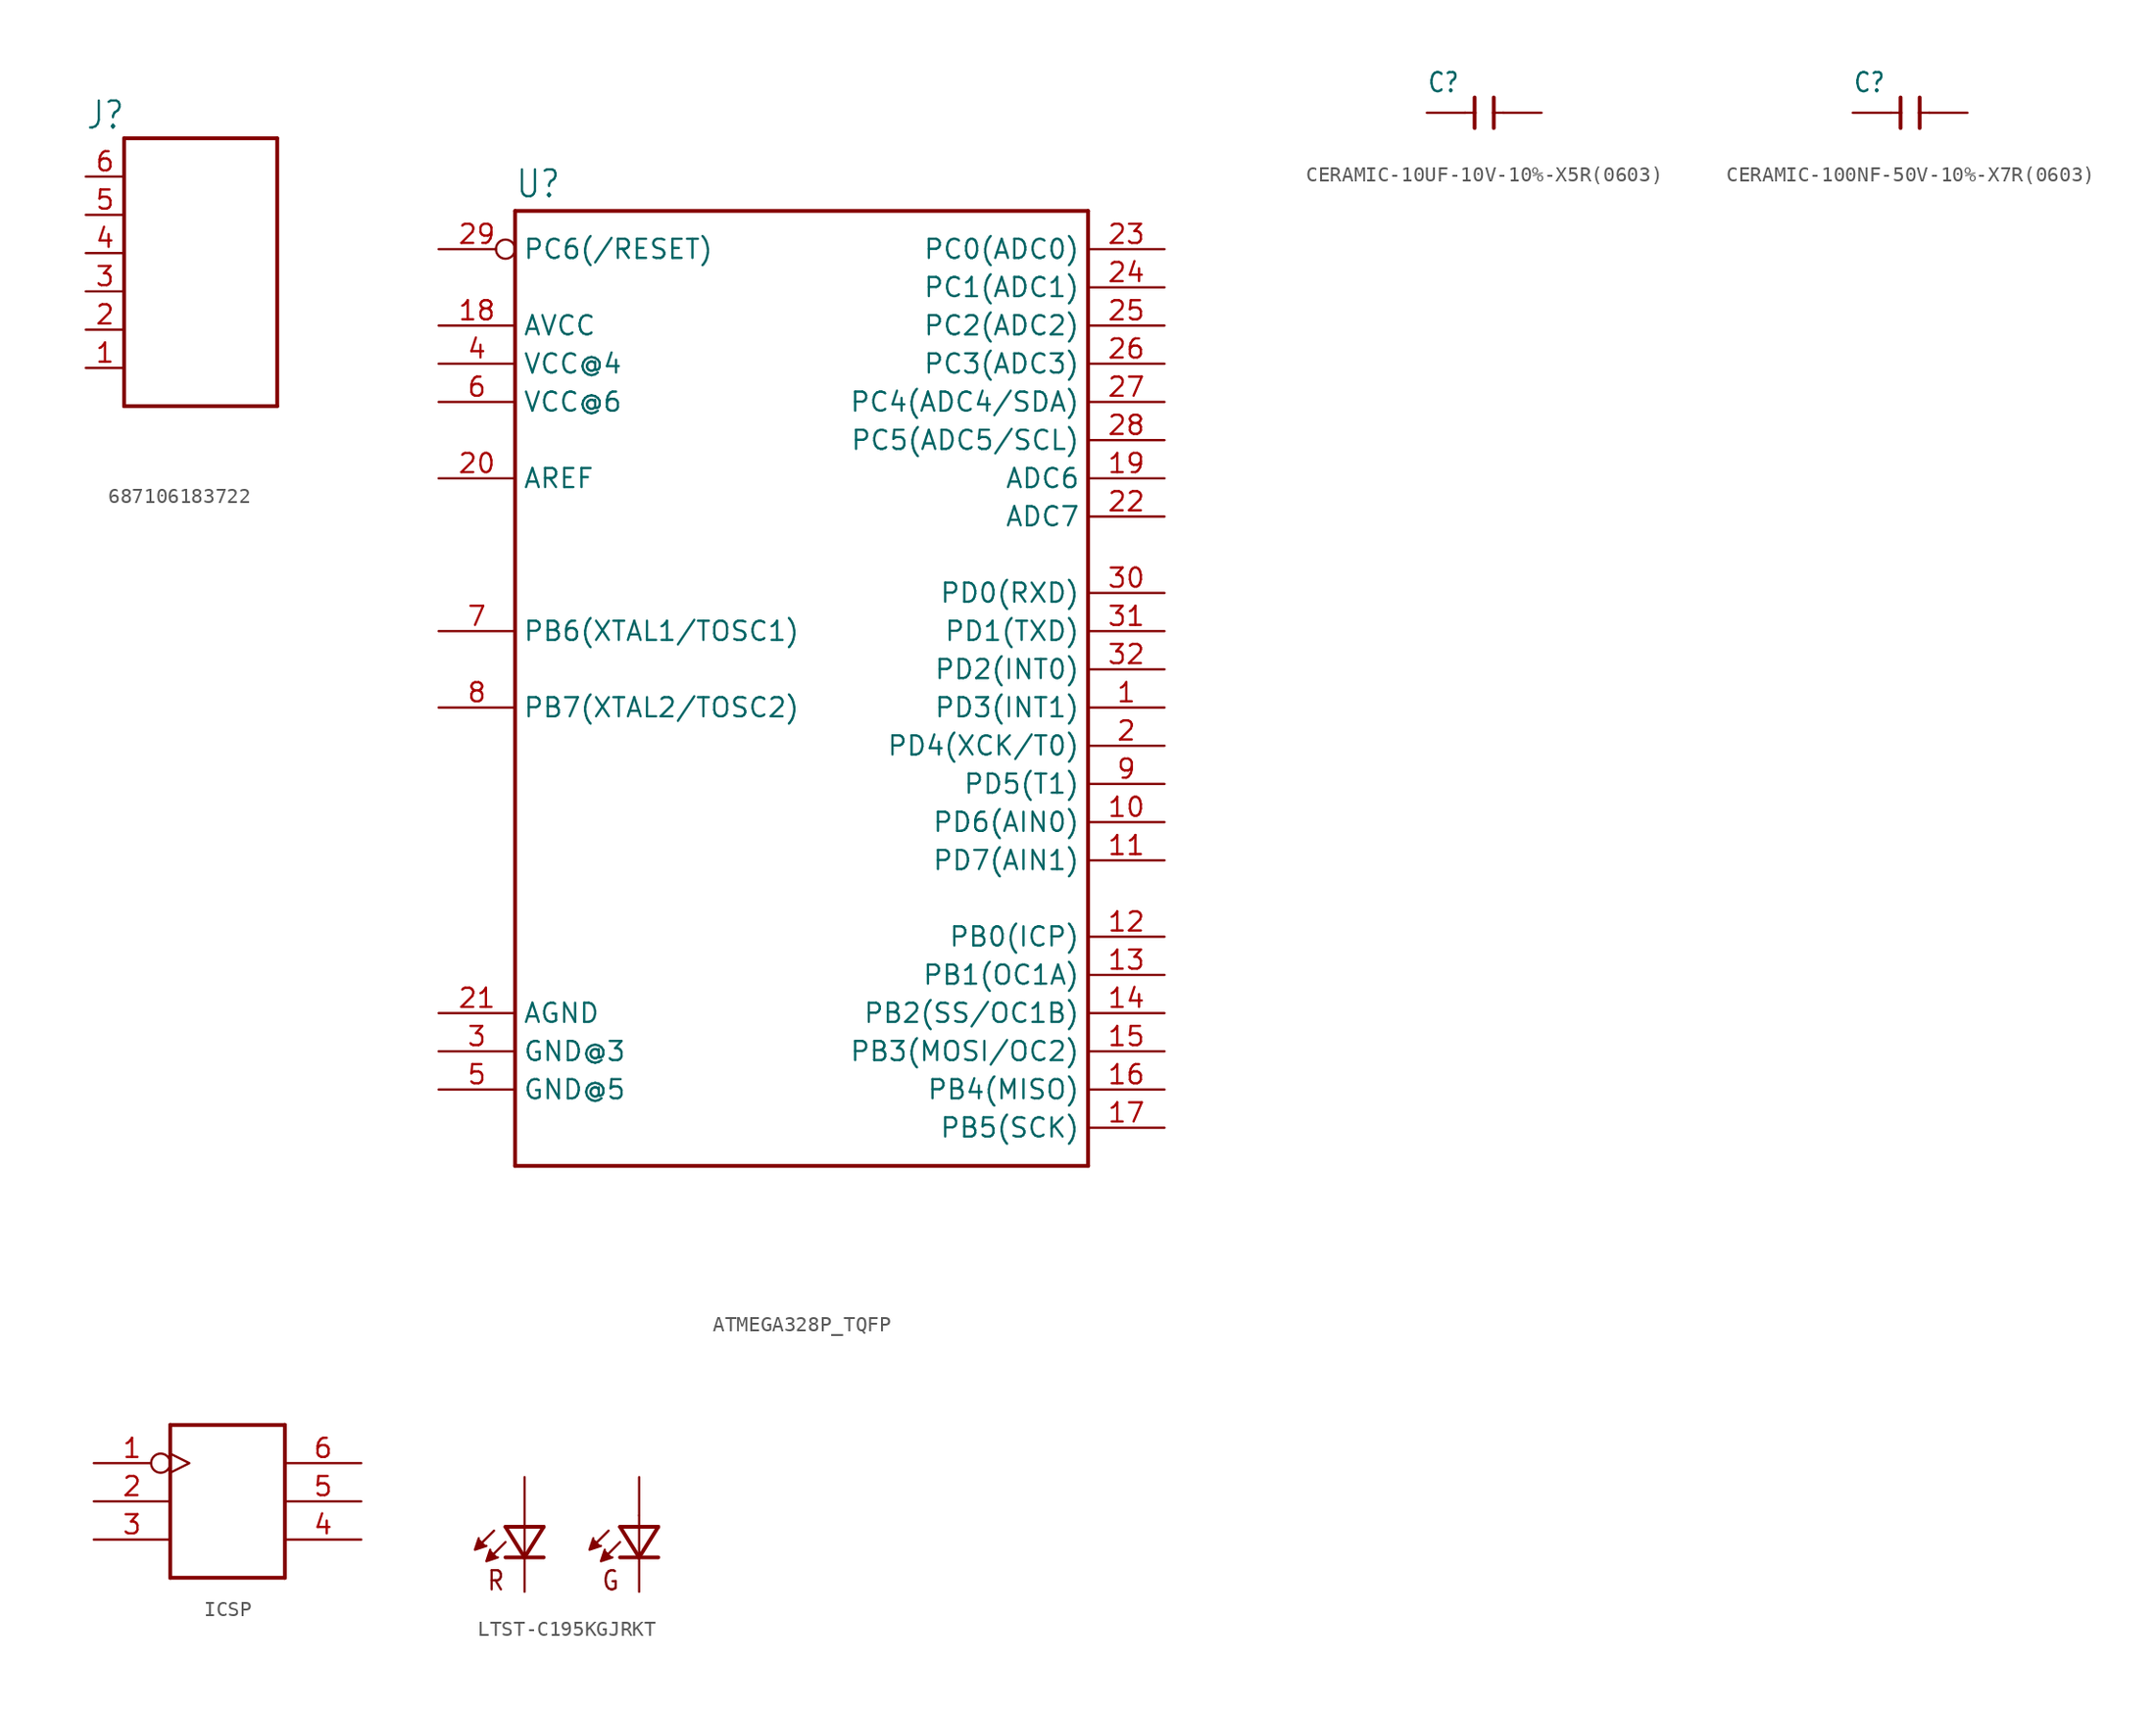
<source format=kicad_sym>
(kicad_symbol_lib
  (version 20220914)
  (generator kicad_symbol_editor)
  (symbol "687106183722"
    (property "Reference" "J"
      (at -7.654 8.116 0)
      (effects (font (size 1.786 1.518)) (justify left bottom)))
    (property "Value" ""
      (at -7.636 -12.727 0)
      (effects (font (size 1.782 1.514)) (justify left bottom)))
    (property "ki_locked" ""
      (at 0 0 0)
      (effects (font (size 1.27 1.27))))
    (symbol "687106183722_1_0"
      (polyline (pts (xy -5.08 -10.16) (xy 5.08 -10.16)) (stroke (width 0.254) (type solid)) (fill (type none)))
      (polyline (pts (xy -5.08 7.62) (xy -5.08 -10.16)) (stroke (width 0.254) (type solid)) (fill (type none)))
      (polyline (pts (xy 5.08 -10.16) (xy 5.08 7.62)) (stroke (width 0.254) (type solid)) (fill (type none)))
      (polyline (pts (xy 5.08 7.62) (xy -5.08 7.62)) (stroke (width 0.254) (type solid)) (fill (type none)))
      (pin passive line (at -7.62 -7.62 0) (length 2.54) (name "6" (effects (font (size 0 0)))) (number "1" (effects (font (size 1.27 1.27)))))
      (pin passive line (at -7.62 -5.08 0) (length 2.54) (name "5" (effects (font (size 0 0)))) (number "2" (effects (font (size 1.27 1.27)))))
      (pin passive line (at -7.62 -2.54 0) (length 2.54) (name "4" (effects (font (size 0 0)))) (number "3" (effects (font (size 1.27 1.27)))))
      (pin passive line (at -7.62 0 0) (length 2.54) (name "3" (effects (font (size 0 0)))) (number "4" (effects (font (size 1.27 1.27)))))
      (pin passive line (at -7.62 2.54 0) (length 2.54) (name "2" (effects (font (size 0 0)))) (number "5" (effects (font (size 1.27 1.27)))))
      (pin passive line (at -7.62 5.08 0) (length 2.54) (name "1" (effects (font (size 0 0)))) (number "6" (effects (font (size 1.27 1.27)))))))
  (symbol "ATMEGA328P_TQFP"
    (property "Reference" "U"
      (at -20.32 33.782 0)
      (effects (font (size 1.778 1.511)) (justify left bottom)))
    (property "Value" ""
      (at -20.32 -33.02 0)
      (effects (font (size 1.778 1.511)) (justify left bottom)))
    (property "ki_locked" ""
      (at 0 0 0)
      (effects (font (size 1.27 1.27))))
    (symbol "ATMEGA328P_TQFP_1_0"
      (polyline (pts (xy -20.32 -30.48) (xy -20.32 33.02)) (stroke (width 0.254) (type solid)) (fill (type none)))
      (polyline (pts (xy -20.32 33.02) (xy 17.78 33.02)) (stroke (width 0.254) (type solid)) (fill (type none)))
      (polyline (pts (xy 17.78 -30.48) (xy -20.32 -30.48)) (stroke (width 0.254) (type solid)) (fill (type none)))
      (polyline (pts (xy 17.78 33.02) (xy 17.78 -30.48)) (stroke (width 0.254) (type solid)) (fill (type none)))
      (pin bidirectional line (at 22.86 0 180) (length 5.08) (name "PD3(INT1)" (effects (font (size 1.27 1.27)))) (number "1" (effects (font (size 1.27 1.27)))))
      (pin bidirectional line (at 22.86 -7.62 180) (length 5.08) (name "PD6(AIN0)" (effects (font (size 1.27 1.27)))) (number "10" (effects (font (size 1.27 1.27)))))
      (pin bidirectional line (at 22.86 -10.16 180) (length 5.08) (name "PD7(AIN1)" (effects (font (size 1.27 1.27)))) (number "11" (effects (font (size 1.27 1.27)))))
      (pin bidirectional line (at 22.86 -15.24 180) (length 5.08) (name "PB0(ICP)" (effects (font (size 1.27 1.27)))) (number "12" (effects (font (size 1.27 1.27)))))
      (pin bidirectional line (at 22.86 -17.78 180) (length 5.08) (name "PB1(OC1A)" (effects (font (size 1.27 1.27)))) (number "13" (effects (font (size 1.27 1.27)))))
      (pin bidirectional line (at 22.86 -20.32 180) (length 5.08) (name "PB2(SS/OC1B)" (effects (font (size 1.27 1.27)))) (number "14" (effects (font (size 1.27 1.27)))))
      (pin bidirectional line (at 22.86 -22.86 180) (length 5.08) (name "PB3(MOSI/OC2)" (effects (font (size 1.27 1.27)))) (number "15" (effects (font (size 1.27 1.27)))))
      (pin bidirectional line (at 22.86 -25.4 180) (length 5.08) (name "PB4(MISO)" (effects (font (size 1.27 1.27)))) (number "16" (effects (font (size 1.27 1.27)))))
      (pin bidirectional line (at 22.86 -27.94 180) (length 5.08) (name "PB5(SCK)" (effects (font (size 1.27 1.27)))) (number "17" (effects (font (size 1.27 1.27)))))
      (pin bidirectional line (at -25.4 25.4 0) (length 5.08) (name "AVCC" (effects (font (size 1.27 1.27)))) (number "18" (effects (font (size 1.27 1.27)))))
      (pin bidirectional line (at 22.86 15.24 180) (length 5.08) (name "ADC6" (effects (font (size 1.27 1.27)))) (number "19" (effects (font (size 1.27 1.27)))))
      (pin bidirectional line (at 22.86 -2.54 180) (length 5.08) (name "PD4(XCK/T0)" (effects (font (size 1.27 1.27)))) (number "2" (effects (font (size 1.27 1.27)))))
      (pin bidirectional line (at -25.4 15.24 0) (length 5.08) (name "AREF" (effects (font (size 1.27 1.27)))) (number "20" (effects (font (size 1.27 1.27)))))
      (pin bidirectional line (at -25.4 -20.32 0) (length 5.08) (name "AGND" (effects (font (size 1.27 1.27)))) (number "21" (effects (font (size 1.27 1.27)))))
      (pin bidirectional line (at 22.86 12.7 180) (length 5.08) (name "ADC7" (effects (font (size 1.27 1.27)))) (number "22" (effects (font (size 1.27 1.27)))))
      (pin bidirectional line (at 22.86 30.48 180) (length 5.08) (name "PC0(ADC0)" (effects (font (size 1.27 1.27)))) (number "23" (effects (font (size 1.27 1.27)))))
      (pin bidirectional line (at 22.86 27.94 180) (length 5.08) (name "PC1(ADC1)" (effects (font (size 1.27 1.27)))) (number "24" (effects (font (size 1.27 1.27)))))
      (pin bidirectional line (at 22.86 25.4 180) (length 5.08) (name "PC2(ADC2)" (effects (font (size 1.27 1.27)))) (number "25" (effects (font (size 1.27 1.27)))))
      (pin bidirectional line (at 22.86 22.86 180) (length 5.08) (name "PC3(ADC3)" (effects (font (size 1.27 1.27)))) (number "26" (effects (font (size 1.27 1.27)))))
      (pin bidirectional line (at 22.86 20.32 180) (length 5.08) (name "PC4(ADC4/SDA)" (effects (font (size 1.27 1.27)))) (number "27" (effects (font (size 1.27 1.27)))))
      (pin bidirectional line (at 22.86 17.78 180) (length 5.08) (name "PC5(ADC5/SCL)" (effects (font (size 1.27 1.27)))) (number "28" (effects (font (size 1.27 1.27)))))
      (pin bidirectional inverted (at -25.4 30.48 0) (length 5.08) (name "PC6(/RESET)" (effects (font (size 1.27 1.27)))) (number "29" (effects (font (size 1.27 1.27)))))
      (pin bidirectional line (at -25.4 -22.86 0) (length 5.08) (name "GND@3" (effects (font (size 1.27 1.27)))) (number "3" (effects (font (size 1.27 1.27)))))
      (pin bidirectional line (at 22.86 7.62 180) (length 5.08) (name "PD0(RXD)" (effects (font (size 1.27 1.27)))) (number "30" (effects (font (size 1.27 1.27)))))
      (pin bidirectional line (at 22.86 5.08 180) (length 5.08) (name "PD1(TXD)" (effects (font (size 1.27 1.27)))) (number "31" (effects (font (size 1.27 1.27)))))
      (pin bidirectional line (at 22.86 2.54 180) (length 5.08) (name "PD2(INT0)" (effects (font (size 1.27 1.27)))) (number "32" (effects (font (size 1.27 1.27)))))
      (pin bidirectional line (at -25.4 22.86 0) (length 5.08) (name "VCC@4" (effects (font (size 1.27 1.27)))) (number "4" (effects (font (size 1.27 1.27)))))
      (pin bidirectional line (at -25.4 -25.4 0) (length 5.08) (name "GND@5" (effects (font (size 1.27 1.27)))) (number "5" (effects (font (size 1.27 1.27)))))
      (pin bidirectional line (at -25.4 20.32 0) (length 5.08) (name "VCC@6" (effects (font (size 1.27 1.27)))) (number "6" (effects (font (size 1.27 1.27)))))
      (pin bidirectional line (at -25.4 5.08 0) (length 5.08) (name "PB6(XTAL1/TOSC1)" (effects (font (size 1.27 1.27)))) (number "7" (effects (font (size 1.27 1.27)))))
      (pin bidirectional line (at -25.4 0 0) (length 5.08) (name "PB7(XTAL2/TOSC2)" (effects (font (size 1.27 1.27)))) (number "8" (effects (font (size 1.27 1.27)))))
      (pin bidirectional line (at 22.86 -5.08 180) (length 5.08) (name "PD5(T1)" (effects (font (size 1.27 1.27)))) (number "9" (effects (font (size 1.27 1.27)))))))
  (symbol "CERAMIC-10UF-10V-10%-X5R(0603)"
    (property "Reference" "C"
      (at -3.81 1.27 0)
      (effects (font (size 1.27 1.079)) (justify left bottom)))
    (property "Value" ""
      (at -3.81 -2.54 0)
      (effects (font (size 1.27 1.079)) (justify left bottom)))
    (property "ki_locked" ""
      (at 0 0 0)
      (effects (font (size 1.27 1.27))))
    (symbol "CERAMIC-10UF-10V-10%-X5R(0603)_1_0"
      (polyline (pts (xy -1.27 0) (xy -0.635 0)) (stroke (width 0.152) (type solid)) (fill (type none)))
      (polyline (pts (xy -0.635 -1.016) (xy -0.635 0)) (stroke (width 0.254) (type solid)) (fill (type none)))
      (polyline (pts (xy -0.635 0) (xy -0.635 1.016)) (stroke (width 0.254) (type solid)) (fill (type none)))
      (polyline (pts (xy 0.635 0) (xy 0.635 -1.016)) (stroke (width 0.254) (type solid)) (fill (type none)))
      (polyline (pts (xy 0.635 0) (xy 1.27 0)) (stroke (width 0.152) (type solid)) (fill (type none)))
      (polyline (pts (xy 0.635 1.016) (xy 0.635 0)) (stroke (width 0.254) (type solid)) (fill (type none)))
      (pin passive line (at -3.81 0 0) (length 2.54) (name "1" (effects (font (size 0 0)))) (number "1" (effects (font (size 0 0)))))
      (pin passive line (at 3.81 0 180) (length 2.54) (name "2" (effects (font (size 0 0)))) (number "2" (effects (font (size 0 0)))))))
  (symbol "CERAMIC-100NF-50V-10%-X7R(0603)"
    (property "Reference" "C"
      (at -3.81 1.27 0)
      (effects (font (size 1.27 1.079)) (justify left bottom)))
    (property "Value" ""
      (at -3.81 -2.54 0)
      (effects (font (size 1.27 1.079)) (justify left bottom)))
    (property "ki_locked" ""
      (at 0 0 0)
      (effects (font (size 1.27 1.27))))
    (symbol "CERAMIC-100NF-50V-10%-X7R(0603)_1_0"
      (polyline (pts (xy -1.27 0) (xy -0.635 0)) (stroke (width 0.152) (type solid)) (fill (type none)))
      (polyline (pts (xy -0.635 -1.016) (xy -0.635 0)) (stroke (width 0.254) (type solid)) (fill (type none)))
      (polyline (pts (xy -0.635 0) (xy -0.635 1.016)) (stroke (width 0.254) (type solid)) (fill (type none)))
      (polyline (pts (xy 0.635 0) (xy 0.635 -1.016)) (stroke (width 0.254) (type solid)) (fill (type none)))
      (polyline (pts (xy 0.635 0) (xy 1.27 0)) (stroke (width 0.152) (type solid)) (fill (type none)))
      (polyline (pts (xy 0.635 1.016) (xy 0.635 0)) (stroke (width 0.254) (type solid)) (fill (type none)))
      (pin passive line (at -3.81 0 0) (length 2.54) (name "1" (effects (font (size 0 0)))) (number "1" (effects (font (size 0 0)))))
      (pin passive line (at 3.81 0 180) (length 2.54) (name "2" (effects (font (size 0 0)))) (number "2" (effects (font (size 0 0)))))))
  (symbol "ICSP"
    (property "Reference" ""
      (at -6.35 6.35 0)
      (effects (font (size 1.27 1.079)) (justify left bottom) hide))
    (property "ki_locked" ""
      (at 0 0 0)
      (effects (font (size 1.27 1.27))))
    (symbol "ICSP_1_0"
      (polyline (pts (xy -3.81 -5.08) (xy -3.81 5.08)) (stroke (width 0.254) (type solid)) (fill (type none)))
      (polyline (pts (xy -3.81 5.08) (xy 3.81 5.08)) (stroke (width 0.254) (type solid)) (fill (type none)))
      (polyline (pts (xy 3.81 -5.08) (xy -3.81 -5.08)) (stroke (width 0.254) (type solid)) (fill (type none)))
      (polyline (pts (xy 3.81 5.08) (xy 3.81 -5.08)) (stroke (width 0.254) (type solid)) (fill (type none)))
      (pin bidirectional inverted_clock (at -8.89 2.54 0) (length 5.08) (name "MISO" (effects (font (size 0 0)))) (number "1" (effects (font (size 1.27 1.27)))))
      (pin bidirectional line (at -8.89 0 0) (length 5.08) (name "SCK" (effects (font (size 0 0)))) (number "2" (effects (font (size 1.27 1.27)))))
      (pin bidirectional line (at -8.89 -2.54 0) (length 5.08) (name "RST" (effects (font (size 0 0)))) (number "3" (effects (font (size 1.27 1.27)))))
      (pin bidirectional line (at 8.89 -2.54 180) (length 5.08) (name "GND" (effects (font (size 0 0)))) (number "4" (effects (font (size 1.27 1.27)))))
      (pin bidirectional line (at 8.89 0 180) (length 5.08) (name "MOSI" (effects (font (size 0 0)))) (number "5" (effects (font (size 1.27 1.27)))))
      (pin bidirectional line (at 8.89 2.54 180) (length 5.08) (name "VCC" (effects (font (size 0 0)))) (number "6" (effects (font (size 1.27 1.27)))))))
  (symbol "LTST-C195KGJRKT"
    (property "Reference" ""
      (at 0 5.846 0)
      (effects (font (size 1.779 1.512)) (justify left bottom) hide))
    (property "Value" ""
      (at 0 8.008 0)
      (effects (font (size 1.78 1.513)) (justify left bottom)))
    (property "ki_locked" ""
      (at 0 0 0)
      (effects (font (size 1.27 1.27))))
    (symbol "LTST-C195KGJRKT_1_0"
      (polyline (pts (xy -4.572 1.524) (xy -5.461 0.635)) (stroke (width 0.152) (type solid)) (fill (type none)))
      (polyline (pts (xy -3.81 0.762) (xy -4.699 -0.127)) (stroke (width 0.152) (type solid)) (fill (type none)))
      (polyline (pts (xy -2.54 -0.254) (xy -3.81 -0.254)) (stroke (width 0.254) (type solid)) (fill (type none)))
      (polyline (pts (xy -2.54 -0.254) (xy -3.81 1.778)) (stroke (width 0.254) (type solid)) (fill (type none)))
      (polyline (pts (xy -1.27 -0.254) (xy -2.54 -0.254)) (stroke (width 0.254) (type solid)) (fill (type none)))
      (polyline (pts (xy -1.27 1.778) (xy -3.81 1.778)) (stroke (width 0.254) (type solid)) (fill (type none)))
      (polyline (pts (xy -1.27 1.778) (xy -2.54 -0.254)) (stroke (width 0.254) (type solid)) (fill (type none)))
      (polyline (pts (xy 3.048 1.524) (xy 2.159 0.635)) (stroke (width 0.152) (type solid)) (fill (type none)))
      (polyline (pts (xy 3.81 0.762) (xy 2.921 -0.127)) (stroke (width 0.152) (type solid)) (fill (type none)))
      (polyline (pts (xy 5.08 -0.254) (xy 3.81 -0.254)) (stroke (width 0.254) (type solid)) (fill (type none)))
      (polyline (pts (xy 5.08 -0.254) (xy 3.81 1.778)) (stroke (width 0.254) (type solid)) (fill (type none)))
      (polyline (pts (xy 5.08 2.54) (xy 5.08 0)) (stroke (width 0.152) (type solid)) (fill (type none)))
      (polyline (pts (xy 6.35 -0.254) (xy 5.08 -0.254)) (stroke (width 0.254) (type solid)) (fill (type none)))
      (polyline (pts (xy 6.35 1.778) (xy 3.81 1.778)) (stroke (width 0.254) (type solid)) (fill (type none)))
      (polyline (pts (xy 6.35 1.778) (xy 5.08 -0.254)) (stroke (width 0.254) (type solid)) (fill (type none)))
      (polyline (pts (xy -5.588 1.016) (xy -5.842 0.254) (xy -5.08 0.508)) (stroke (width 0.152) (type solid)) (fill (type outline)))
      (polyline (pts (xy -4.826 0.254) (xy -5.08 -0.508) (xy -4.318 -0.254)) (stroke (width 0.152) (type solid)) (fill (type outline)))
      (polyline (pts (xy 2.032 1.016) (xy 1.778 0.254) (xy 2.54 0.508)) (stroke (width 0.152) (type solid)) (fill (type outline)))
      (polyline (pts (xy 2.794 0.254) (xy 2.54 -0.508) (xy 3.302 -0.254)) (stroke (width 0.152) (type solid)) (fill (type outline)))
      (text "G" (at 2.544 -2.544 0) (effects (font (size 1.272 1.081)) (justify left bottom)))
      (text "R" (at -5.089 -2.545 0) (effects (font (size 1.272 1.081)) (justify left bottom)))
      (pin passive line (at 5.08 5.08 270) (length 2.54) (name "A1" (effects (font (size 0 0)))) (number "P$1" (effects (font (size 0 0)))))
      (pin passive line (at -2.54 5.08 270) (length 5.08) (name "A2" (effects (font (size 0 0)))) (number "P$2" (effects (font (size 0 0)))))
      (pin passive line (at 5.08 -2.54 90) (length 2.54) (name "K1" (effects (font (size 0 0)))) (number "P$3" (effects (font (size 0 0)))))
      (pin passive line (at -2.54 -2.54 90) (length 2.54) (name "K2" (effects (font (size 0 0)))) (number "P$4" (effects (font (size 0 0))))))))
</source>
